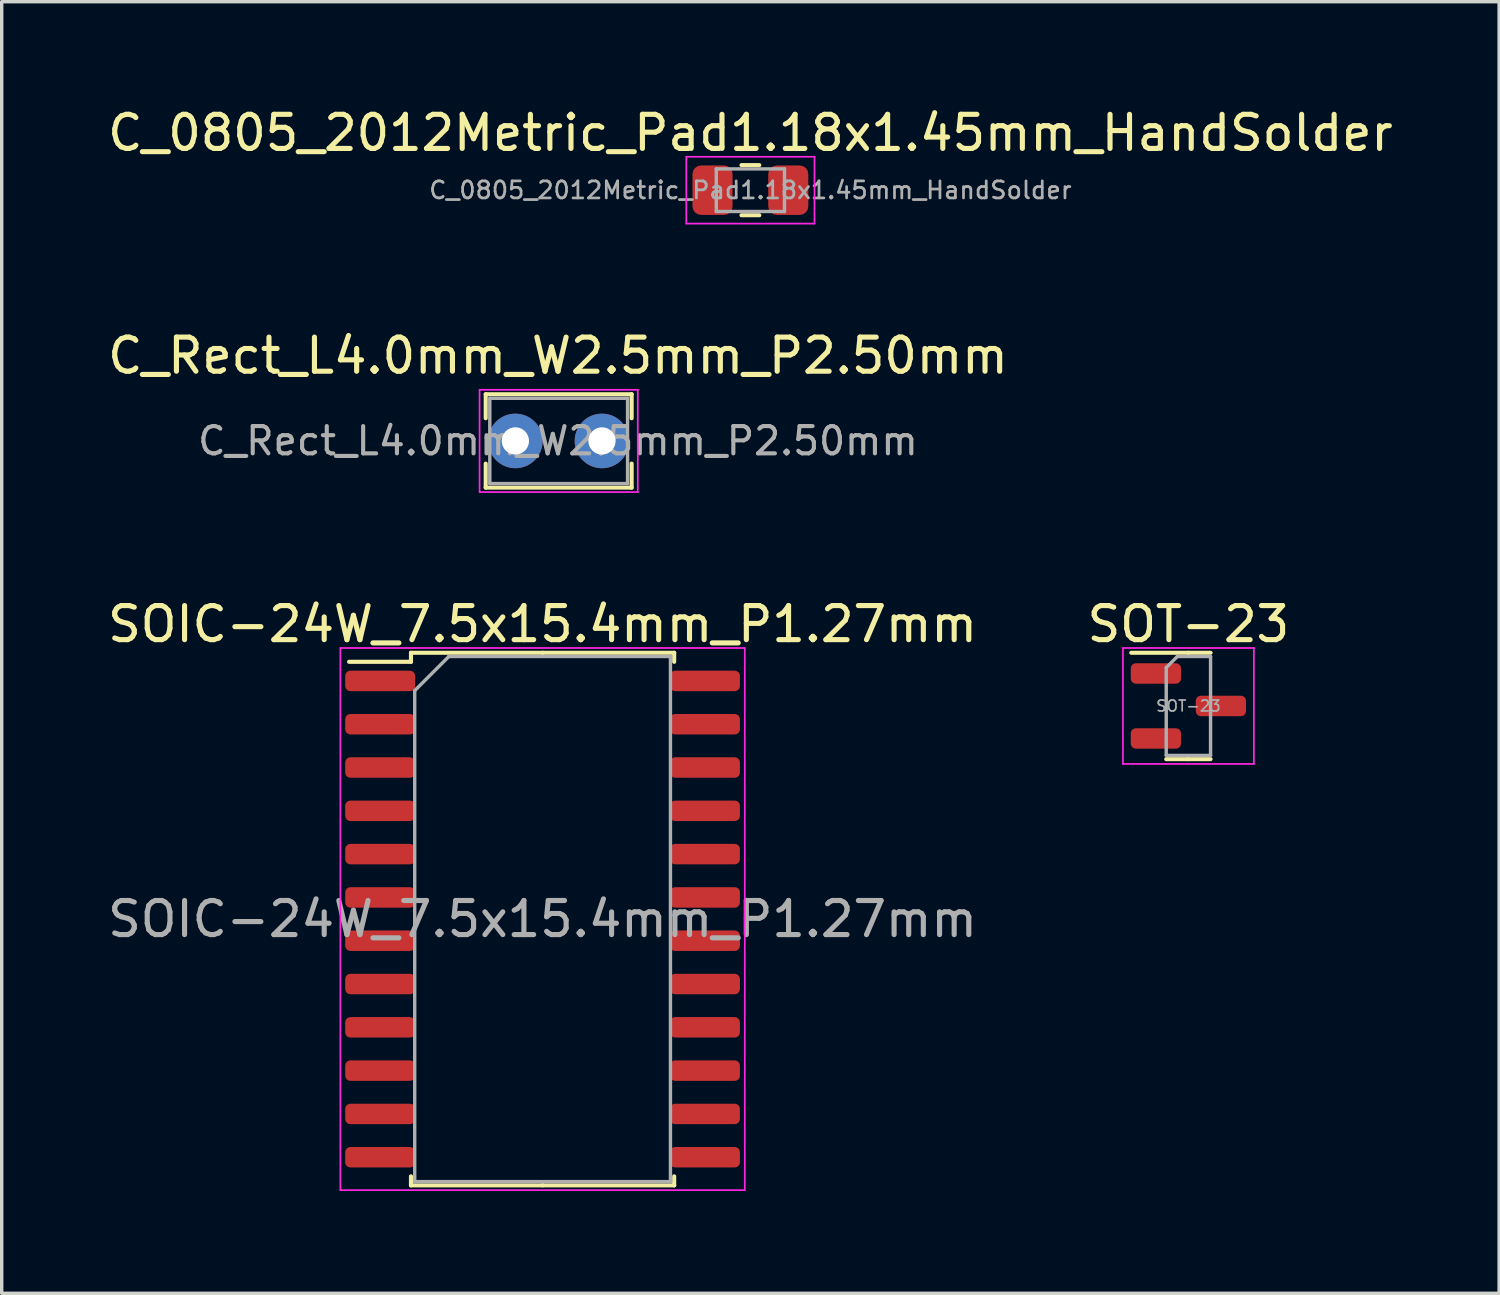
<source format=kicad_pcb>
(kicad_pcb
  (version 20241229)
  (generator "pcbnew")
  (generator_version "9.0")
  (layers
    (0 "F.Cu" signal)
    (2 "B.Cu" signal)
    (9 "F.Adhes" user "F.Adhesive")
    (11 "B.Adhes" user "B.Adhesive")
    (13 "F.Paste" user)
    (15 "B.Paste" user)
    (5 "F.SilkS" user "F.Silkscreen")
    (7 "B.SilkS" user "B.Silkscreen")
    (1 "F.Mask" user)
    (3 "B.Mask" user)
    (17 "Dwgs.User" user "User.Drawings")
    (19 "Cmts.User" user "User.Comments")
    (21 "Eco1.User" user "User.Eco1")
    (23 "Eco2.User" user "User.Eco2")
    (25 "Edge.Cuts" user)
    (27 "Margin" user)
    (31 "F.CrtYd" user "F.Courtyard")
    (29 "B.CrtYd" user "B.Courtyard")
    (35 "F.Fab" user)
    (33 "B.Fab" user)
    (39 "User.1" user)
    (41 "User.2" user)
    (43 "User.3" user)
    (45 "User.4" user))
  (footprint "SOIC-24W_7.5x15.4mm_P1.27mm"
    (layer "F.Cu")
    (at 12.863 23.905)
    (property "Reference" "SOIC-24W_7.5x15.4mm_P1.27mm" (at 0 -8.65 0) (layer "F.SilkS") (effects (font (size 1 1) (thickness 0.15))))
    (attr smd)
    (fp_line (start -3.86 -7.81) (end -3.86 -7.545) (stroke (width 0.12) (type solid)) (layer "F.SilkS"))
    (fp_line (start -3.86 -7.545) (end -5.675 -7.545) (stroke (width 0.12) (type solid)) (layer "F.SilkS"))
    (fp_line (start -3.86 7.81) (end -3.86 7.545) (stroke (width 0.12) (type solid)) (layer "F.SilkS"))
    (fp_line (start 0 -7.81) (end -3.86 -7.81) (stroke (width 0.12) (type solid)) (layer "F.SilkS"))
    (fp_line (start 0 -7.81) (end 3.86 -7.81) (stroke (width 0.12) (type solid)) (layer "F.SilkS"))
    (fp_line (start 0 7.81) (end -3.86 7.81) (stroke (width 0.12) (type solid)) (layer "F.SilkS"))
    (fp_line (start 0 7.81) (end 3.86 7.81) (stroke (width 0.12) (type solid)) (layer "F.SilkS"))
    (fp_line (start 3.86 -7.81) (end 3.86 -7.545) (stroke (width 0.12) (type solid)) (layer "F.SilkS"))
    (fp_line (start 3.86 7.81) (end 3.86 7.545) (stroke (width 0.12) (type solid)) (layer "F.SilkS"))
    (fp_line (start -5.93 -7.95) (end -5.93 7.95) (stroke (width 0.05) (type solid)) (layer "F.CrtYd"))
    (fp_line (start -5.93 7.95) (end 5.93 7.95) (stroke (width 0.05) (type solid)) (layer "F.CrtYd"))
    (fp_line (start 5.93 -7.95) (end -5.93 -7.95) (stroke (width 0.05) (type solid)) (layer "F.CrtYd"))
    (fp_line (start 5.93 7.95) (end 5.93 -7.95) (stroke (width 0.05) (type solid)) (layer "F.CrtYd"))
    (fp_line (start -3.75 -6.7) (end -2.75 -7.7) (stroke (width 0.1) (type solid)) (layer "F.Fab"))
    (fp_line (start -3.75 7.7) (end -3.75 -6.7) (stroke (width 0.1) (type solid)) (layer "F.Fab"))
    (fp_line (start -2.75 -7.7) (end 3.75 -7.7) (stroke (width 0.1) (type solid)) (layer "F.Fab"))
    (fp_line (start 3.75 -7.7) (end 3.75 7.7) (stroke (width 0.1) (type solid)) (layer "F.Fab"))
    (fp_line (start 3.75 7.7) (end -3.75 7.7) (stroke (width 0.1) (type solid)) (layer "F.Fab"))
    (fp_text user "${REFERENCE}" (at 0 0 0) (layer "F.Fab") (effects (font (size 1 1) (thickness 0.15))))
    (pad "1" smd roundrect (at -4.763 -6.985) (size 2.05 0.6) (layers "F.Cu" "F.Mask" "F.Paste") (roundrect_rratio 0.25))
    (pad "2" smd roundrect (at -4.763 -5.715) (size 2.05 0.6) (layers "F.Cu" "F.Mask" "F.Paste") (roundrect_rratio 0.25))
    (pad "3" smd roundrect (at -4.763 -4.445) (size 2.05 0.6) (layers "F.Cu" "F.Mask" "F.Paste") (roundrect_rratio 0.25))
    (pad "4" smd roundrect (at -4.763 -3.175) (size 2.05 0.6) (layers "F.Cu" "F.Mask" "F.Paste") (roundrect_rratio 0.25))
    (pad "5" smd roundrect (at -4.763 -1.905) (size 2.05 0.6) (layers "F.Cu" "F.Mask" "F.Paste") (roundrect_rratio 0.25))
    (pad "6" smd roundrect (at -4.763 -0.635) (size 2.05 0.6) (layers "F.Cu" "F.Mask" "F.Paste") (roundrect_rratio 0.25))
    (pad "7" smd roundrect (at -4.763 0.635) (size 2.05 0.6) (layers "F.Cu" "F.Mask" "F.Paste") (roundrect_rratio 0.25))
    (pad "8" smd roundrect (at -4.763 1.905) (size 2.05 0.6) (layers "F.Cu" "F.Mask" "F.Paste") (roundrect_rratio 0.25))
    (pad "9" smd roundrect (at -4.763 3.175) (size 2.05 0.6) (layers "F.Cu" "F.Mask" "F.Paste") (roundrect_rratio 0.25))
    (pad "10" smd roundrect (at -4.763 4.445) (size 2.05 0.6) (layers "F.Cu" "F.Mask" "F.Paste") (roundrect_rratio 0.25))
    (pad "11" smd roundrect (at -4.763 5.715) (size 2.05 0.6) (layers "F.Cu" "F.Mask" "F.Paste") (roundrect_rratio 0.25))
    (pad "12" smd roundrect (at -4.763 6.985) (size 2.05 0.6) (layers "F.Cu" "F.Mask" "F.Paste") (roundrect_rratio 0.25))
    (pad "13" smd roundrect (at 4.763 6.985) (size 2.05 0.6) (layers "F.Cu" "F.Mask" "F.Paste") (roundrect_rratio 0.25))
    (pad "14" smd roundrect (at 4.763 5.715) (size 2.05 0.6) (layers "F.Cu" "F.Mask" "F.Paste") (roundrect_rratio 0.25))
    (pad "15" smd roundrect (at 4.763 4.445) (size 2.05 0.6) (layers "F.Cu" "F.Mask" "F.Paste") (roundrect_rratio 0.25))
    (pad "16" smd roundrect (at 4.763 3.175) (size 2.05 0.6) (layers "F.Cu" "F.Mask" "F.Paste") (roundrect_rratio 0.25))
    (pad "17" smd roundrect (at 4.763 1.905) (size 2.05 0.6) (layers "F.Cu" "F.Mask" "F.Paste") (roundrect_rratio 0.25))
    (pad "18" smd roundrect (at 4.763 0.635) (size 2.05 0.6) (layers "F.Cu" "F.Mask" "F.Paste") (roundrect_rratio 0.25))
    (pad "19" smd roundrect (at 4.763 -0.635) (size 2.05 0.6) (layers "F.Cu" "F.Mask" "F.Paste") (roundrect_rratio 0.25))
    (pad "20" smd roundrect (at 4.763 -1.905) (size 2.05 0.6) (layers "F.Cu" "F.Mask" "F.Paste") (roundrect_rratio 0.25))
    (pad "21" smd roundrect (at 4.763 -3.175) (size 2.05 0.6) (layers "F.Cu" "F.Mask" "F.Paste") (roundrect_rratio 0.25))
    (pad "22" smd roundrect (at 4.763 -4.445) (size 2.05 0.6) (layers "F.Cu" "F.Mask" "F.Paste") (roundrect_rratio 0.25))
    (pad "23" smd roundrect (at 4.763 -5.715) (size 2.05 0.6) (layers "F.Cu" "F.Mask" "F.Paste") (roundrect_rratio 0.25))
    (pad "24" smd roundrect (at 4.763 -6.985) (size 2.05 0.6) (layers "F.Cu" "F.Mask" "F.Paste") (roundrect_rratio 0.25)))
  (footprint "C_Rect_L4.0mm_W2.5mm_P2.50mm"
    (layer "F.Cu")
    (at 12.065 9.882)
    (property "Reference" "C_Rect_L4.0mm_W2.5mm_P2.50mm" (at 1.25 -2.5 0) (layer "F.SilkS") (effects (font (size 1 1) (thickness 0.15))))
    (attr through_hole)
    (fp_line (start -0.87 -1.37) (end -0.87 -0.665) (stroke (width 0.12) (type solid)) (layer "F.SilkS"))
    (fp_line (start -0.87 -1.37) (end 3.41 -1.37) (stroke (width 0.12) (type solid)) (layer "F.SilkS"))
    (fp_line (start -0.87 0.665) (end -0.87 1.37) (stroke (width 0.12) (type solid)) (layer "F.SilkS"))
    (fp_line (start -0.87 1.37) (end 3.41 1.37) (stroke (width 0.12) (type solid)) (layer "F.SilkS"))
    (fp_line (start 3.41 -1.37) (end 3.41 -0.665) (stroke (width 0.12) (type solid)) (layer "F.SilkS"))
    (fp_line (start 3.41 0.665) (end 3.41 1.37) (stroke (width 0.12) (type solid)) (layer "F.SilkS"))
    (fp_line (start -1.05 -1.5) (end -1.05 1.5) (stroke (width 0.05) (type solid)) (layer "F.CrtYd"))
    (fp_line (start -1.05 1.5) (end 3.59 1.5) (stroke (width 0.05) (type solid)) (layer "F.CrtYd"))
    (fp_line (start 3.59 -1.5) (end -1.05 -1.5) (stroke (width 0.05) (type solid)) (layer "F.CrtYd"))
    (fp_line (start 3.59 1.5) (end 3.59 -1.5) (stroke (width 0.05) (type solid)) (layer "F.CrtYd"))
    (fp_line (start -0.75 -1.25) (end -0.75 1.25) (stroke (width 0.1) (type solid)) (layer "F.Fab"))
    (fp_line (start -0.75 1.25) (end 3.29 1.25) (stroke (width 0.1) (type solid)) (layer "F.Fab"))
    (fp_line (start 3.29 -1.25) (end -0.75 -1.25) (stroke (width 0.1) (type solid)) (layer "F.Fab"))
    (fp_line (start 3.29 1.25) (end 3.29 -1.25) (stroke (width 0.1) (type solid)) (layer "F.Fab"))
    (fp_text user "${REFERENCE}" (at 1.25 0 0) (layer "F.Fab") (effects (font (size 0.8 0.8) (thickness 0.12))))
    (pad "1" thru_hole circle (at 0 0) (size 1.6 1.6) (drill 0.8) (layers "*.Cu" "*.Mask"))
    (pad "2" thru_hole circle (at 2.54 0) (size 1.6 1.6) (drill 0.8) (layers "*.Cu" "*.Mask")))
  (footprint "C_0805_2012Metric_Pad1.18x1.45mm_HandSolder"
    (layer "F.Cu")
    (at 18.958 2.528)
    (property "Reference" "C_0805_2012Metric_Pad1.18x1.45mm_HandSolder" (at 0 -1.68 0) (layer "F.SilkS") (effects (font (size 1 1) (thickness 0.15))))
    (attr smd)
    (fp_line (start -0.261 -0.735) (end 0.261 -0.735) (stroke (width 0.12) (type solid)) (layer "F.SilkS"))
    (fp_line (start -0.261 0.735) (end 0.261 0.735) (stroke (width 0.12) (type solid)) (layer "F.SilkS"))
    (fp_line (start -1.88 -0.98) (end 1.88 -0.98) (stroke (width 0.05) (type solid)) (layer "F.CrtYd"))
    (fp_line (start -1.88 0.98) (end -1.88 -0.98) (stroke (width 0.05) (type solid)) (layer "F.CrtYd"))
    (fp_line (start 1.88 -0.98) (end 1.88 0.98) (stroke (width 0.05) (type solid)) (layer "F.CrtYd"))
    (fp_line (start 1.88 0.98) (end -1.88 0.98) (stroke (width 0.05) (type solid)) (layer "F.CrtYd"))
    (fp_line (start -1 -0.625) (end 1 -0.625) (stroke (width 0.1) (type solid)) (layer "F.Fab"))
    (fp_line (start -1 0.625) (end -1 -0.625) (stroke (width 0.1) (type solid)) (layer "F.Fab"))
    (fp_line (start 1 -0.625) (end 1 0.625) (stroke (width 0.1) (type solid)) (layer "F.Fab"))
    (fp_line (start 1 0.625) (end -1 0.625) (stroke (width 0.1) (type solid)) (layer "F.Fab"))
    (fp_text user "${REFERENCE}" (at 0 0 0) (layer "F.Fab") (effects (font (size 0.5 0.5) (thickness 0.08))))
    (pad "1" smd roundrect (at -1.111 0) (size 1.175 1.45) (layers "F.Cu" "F.Mask" "F.Paste") (roundrect_rratio 0.213))
    (pad "2" smd roundrect (at 1.111 0) (size 1.175 1.45) (layers "F.Cu" "F.Mask" "F.Paste") (roundrect_rratio 0.213)))
  (footprint "SOT-23"
    (layer "F.Cu")
    (at 31.804 17.655)
    (property "Reference" "SOT-23" (at 0 -2.4 0) (layer "F.SilkS") (effects (font (size 1 1) (thickness 0.15))))
    (attr smd)
    (fp_line (start 0 -1.56) (end -1.675 -1.56) (stroke (width 0.12) (type solid)) (layer "F.SilkS"))
    (fp_line (start 0 -1.56) (end 0.65 -1.56) (stroke (width 0.12) (type solid)) (layer "F.SilkS"))
    (fp_line (start 0 1.56) (end -0.65 1.56) (stroke (width 0.12) (type solid)) (layer "F.SilkS"))
    (fp_line (start 0 1.56) (end 0.65 1.56) (stroke (width 0.12) (type solid)) (layer "F.SilkS"))
    (fp_line (start -1.92 -1.7) (end -1.92 1.7) (stroke (width 0.05) (type solid)) (layer "F.CrtYd"))
    (fp_line (start -1.92 1.7) (end 1.92 1.7) (stroke (width 0.05) (type solid)) (layer "F.CrtYd"))
    (fp_line (start 1.92 -1.7) (end -1.92 -1.7) (stroke (width 0.05) (type solid)) (layer "F.CrtYd"))
    (fp_line (start 1.92 1.7) (end 1.92 -1.7) (stroke (width 0.05) (type solid)) (layer "F.CrtYd"))
    (fp_line (start -0.65 -1.125) (end -0.325 -1.45) (stroke (width 0.1) (type solid)) (layer "F.Fab"))
    (fp_line (start -0.65 1.45) (end -0.65 -1.125) (stroke (width 0.1) (type solid)) (layer "F.Fab"))
    (fp_line (start -0.325 -1.45) (end 0.65 -1.45) (stroke (width 0.1) (type solid)) (layer "F.Fab"))
    (fp_line (start 0.65 -1.45) (end 0.65 1.45) (stroke (width 0.1) (type solid)) (layer "F.Fab"))
    (fp_line (start 0.65 1.45) (end -0.65 1.45) (stroke (width 0.1) (type solid)) (layer "F.Fab"))
    (fp_text user "${REFERENCE}" (at 0 0 0) (layer "F.Fab") (effects (font (size 0.32 0.32) (thickness 0.05))))
    (pad "1" smd roundrect (at -0.953 -0.953) (size 1.475 0.6) (layers "F.Cu" "F.Mask" "F.Paste") (roundrect_rratio 0.25))
    (pad "2" smd roundrect (at -0.953 0.953) (size 1.475 0.6) (layers "F.Cu" "F.Mask" "F.Paste") (roundrect_rratio 0.25))
    (pad "3" smd roundrect (at 0.953 0) (size 1.475 0.6) (layers "F.Cu" "F.Mask" "F.Paste") (roundrect_rratio 0.25)))
  (gr_rect
    (start -3 -3)
    (end 40.917 34.88)
    (stroke (width 0.1) (type default))
    (fill no)
    (layer "Edge.Cuts")))
</source>
